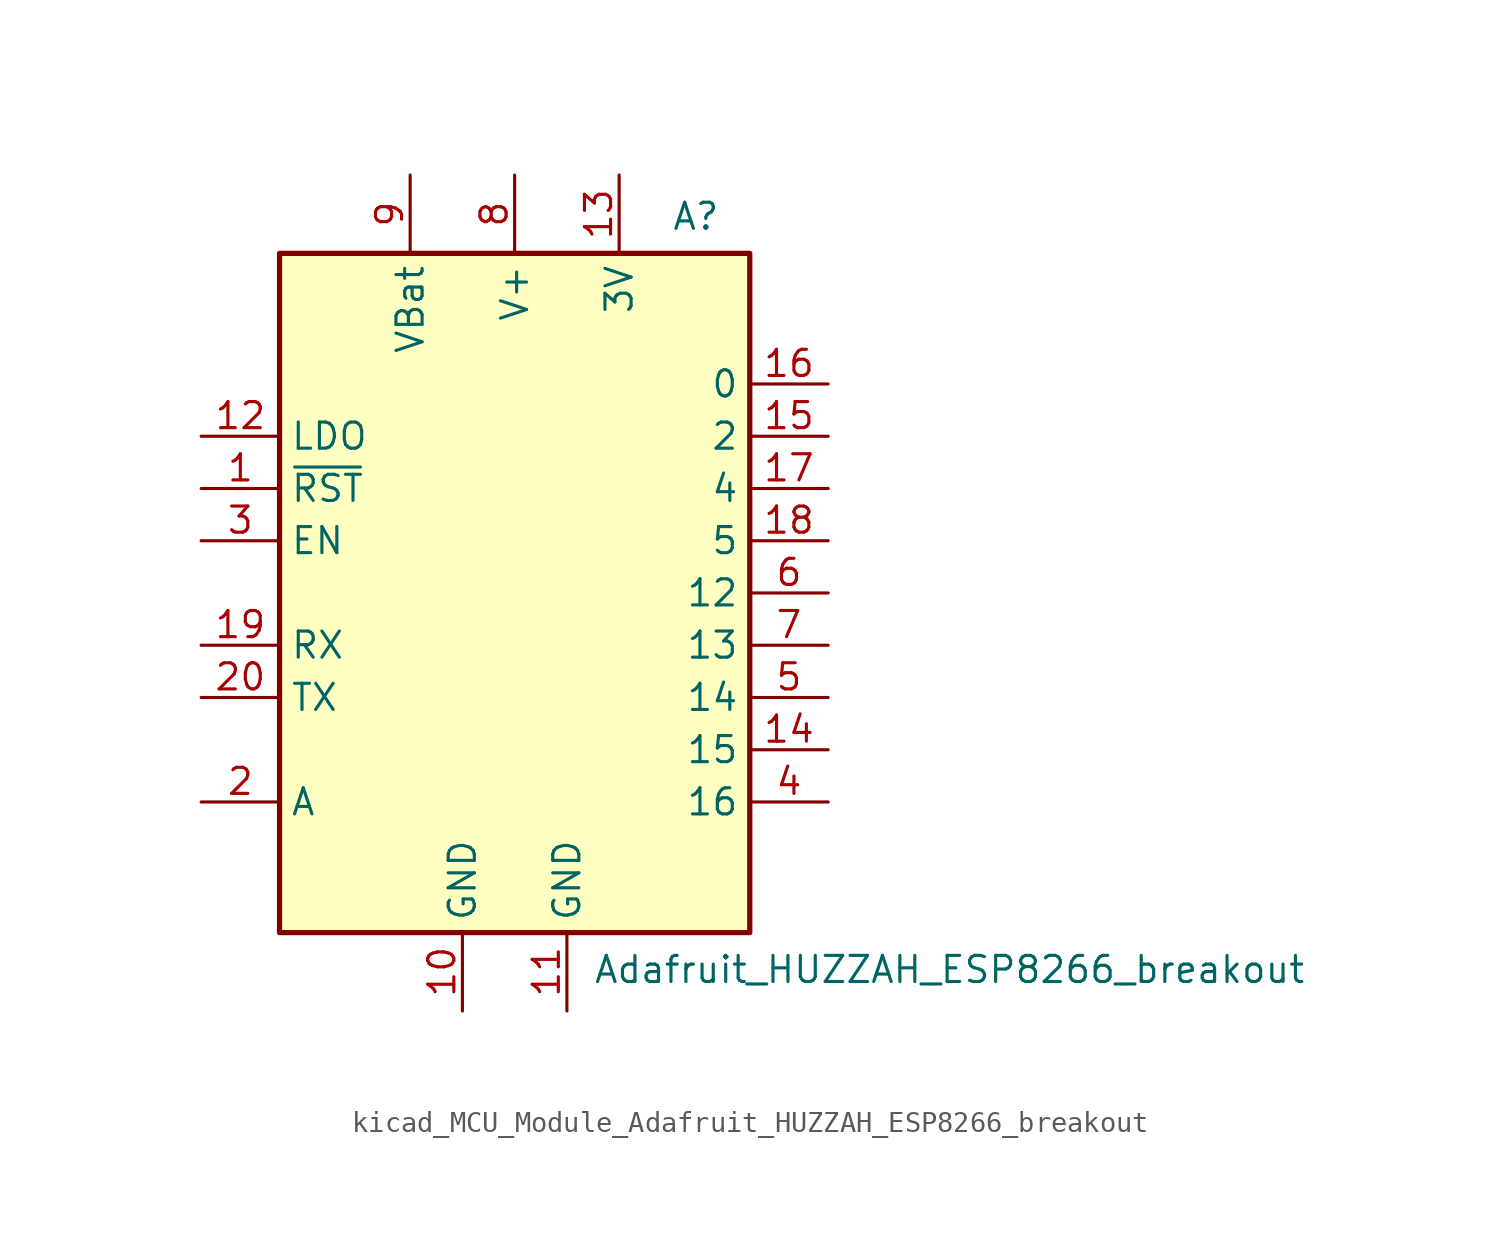
<source format=kicad_sym>
(kicad_symbol_lib
  (version 20220914)
  (generator kicad_symbol_editor)
  (symbol "kicad_MCU_Module_Adafruit_HUZZAH_ESP8266_breakout"
    (property "Reference" "A"
      (at 7.62 19.05 0)
      (effects (font (size 1.27 1.27)) (justify left top)))
    (property "Value" "Adafruit_HUZZAH_ESP8266_breakout"
      (at 3.81 -19.05 0)
      (effects (font (size 1.27 1.27)) (justify left bottom)))
    (symbol "kicad_MCU_Module_Adafruit_HUZZAH_ESP8266_breakout_0_1"
      (rectangle (start -11.43 16.51) (end 11.43 -16.51) (stroke (width 0.254) (type default)) (fill (type background))))
    (symbol "kicad_MCU_Module_Adafruit_HUZZAH_ESP8266_breakout_1_1"
      (pin input line (at -15.24 5.08 0) (length 3.81) (name "~{RST}" (effects (font (size 1.27 1.27)))) (number "1" (effects (font (size 1.27 1.27)))))
      (pin power_in line (at -2.54 -20.32 90) (length 3.81) (name "GND" (effects (font (size 1.27 1.27)))) (number "10" (effects (font (size 1.27 1.27)))))
      (pin power_in line (at 2.54 -20.32 90) (length 3.81) (name "GND" (effects (font (size 1.27 1.27)))) (number "11" (effects (font (size 1.27 1.27)))))
      (pin input line (at -15.24 7.62 0) (length 3.81) (name "LDO" (effects (font (size 1.27 1.27)))) (number "12" (effects (font (size 1.27 1.27)))))
      (pin power_out line (at 5.08 20.32 270) (length 3.81) (name "3V" (effects (font (size 1.27 1.27)))) (number "13" (effects (font (size 1.27 1.27)))))
      (pin bidirectional line (at 15.24 -7.62 180) (length 3.81) (name "15" (effects (font (size 1.27 1.27)))) (number "14" (effects (font (size 1.27 1.27)))))
      (pin bidirectional line (at 15.24 7.62 180) (length 3.81) (name "2" (effects (font (size 1.27 1.27)))) (number "15" (effects (font (size 1.27 1.27)))))
      (pin bidirectional line (at 15.24 10.16 180) (length 3.81) (name "0" (effects (font (size 1.27 1.27)))) (number "16" (effects (font (size 1.27 1.27)))))
      (pin bidirectional line (at 15.24 5.08 180) (length 3.81) (name "4" (effects (font (size 1.27 1.27)))) (number "17" (effects (font (size 1.27 1.27)))))
      (pin bidirectional line (at 15.24 2.54 180) (length 3.81) (name "5" (effects (font (size 1.27 1.27)))) (number "18" (effects (font (size 1.27 1.27)))))
      (pin input line (at -15.24 -2.54 0) (length 3.81) (name "RX" (effects (font (size 1.27 1.27)))) (number "19" (effects (font (size 1.27 1.27)))))
      (pin input line (at -15.24 -10.16 0) (length 3.81) (name "A" (effects (font (size 1.27 1.27)))) (number "2" (effects (font (size 1.27 1.27)))))
      (pin output line (at -15.24 -5.08 0) (length 3.81) (name "TX" (effects (font (size 1.27 1.27)))) (number "20" (effects (font (size 1.27 1.27)))))
      (pin input line (at -15.24 2.54 0) (length 3.81) (name "EN" (effects (font (size 1.27 1.27)))) (number "3" (effects (font (size 1.27 1.27)))))
      (pin bidirectional line (at 15.24 -10.16 180) (length 3.81) (name "16" (effects (font (size 1.27 1.27)))) (number "4" (effects (font (size 1.27 1.27)))))
      (pin bidirectional line (at 15.24 -5.08 180) (length 3.81) (name "14" (effects (font (size 1.27 1.27)))) (number "5" (effects (font (size 1.27 1.27)))))
      (pin bidirectional line (at 15.24 0 180) (length 3.81) (name "12" (effects (font (size 1.27 1.27)))) (number "6" (effects (font (size 1.27 1.27)))))
      (pin bidirectional line (at 15.24 -2.54 180) (length 3.81) (name "13" (effects (font (size 1.27 1.27)))) (number "7" (effects (font (size 1.27 1.27)))))
      (pin power_in line (at 0 20.32 270) (length 3.81) (name "V+" (effects (font (size 1.27 1.27)))) (number "8" (effects (font (size 1.27 1.27)))))
      (pin power_in line (at -5.08 20.32 270) (length 3.81) (name "VBat" (effects (font (size 1.27 1.27)))) (number "9" (effects (font (size 1.27 1.27))))))))
</source>
